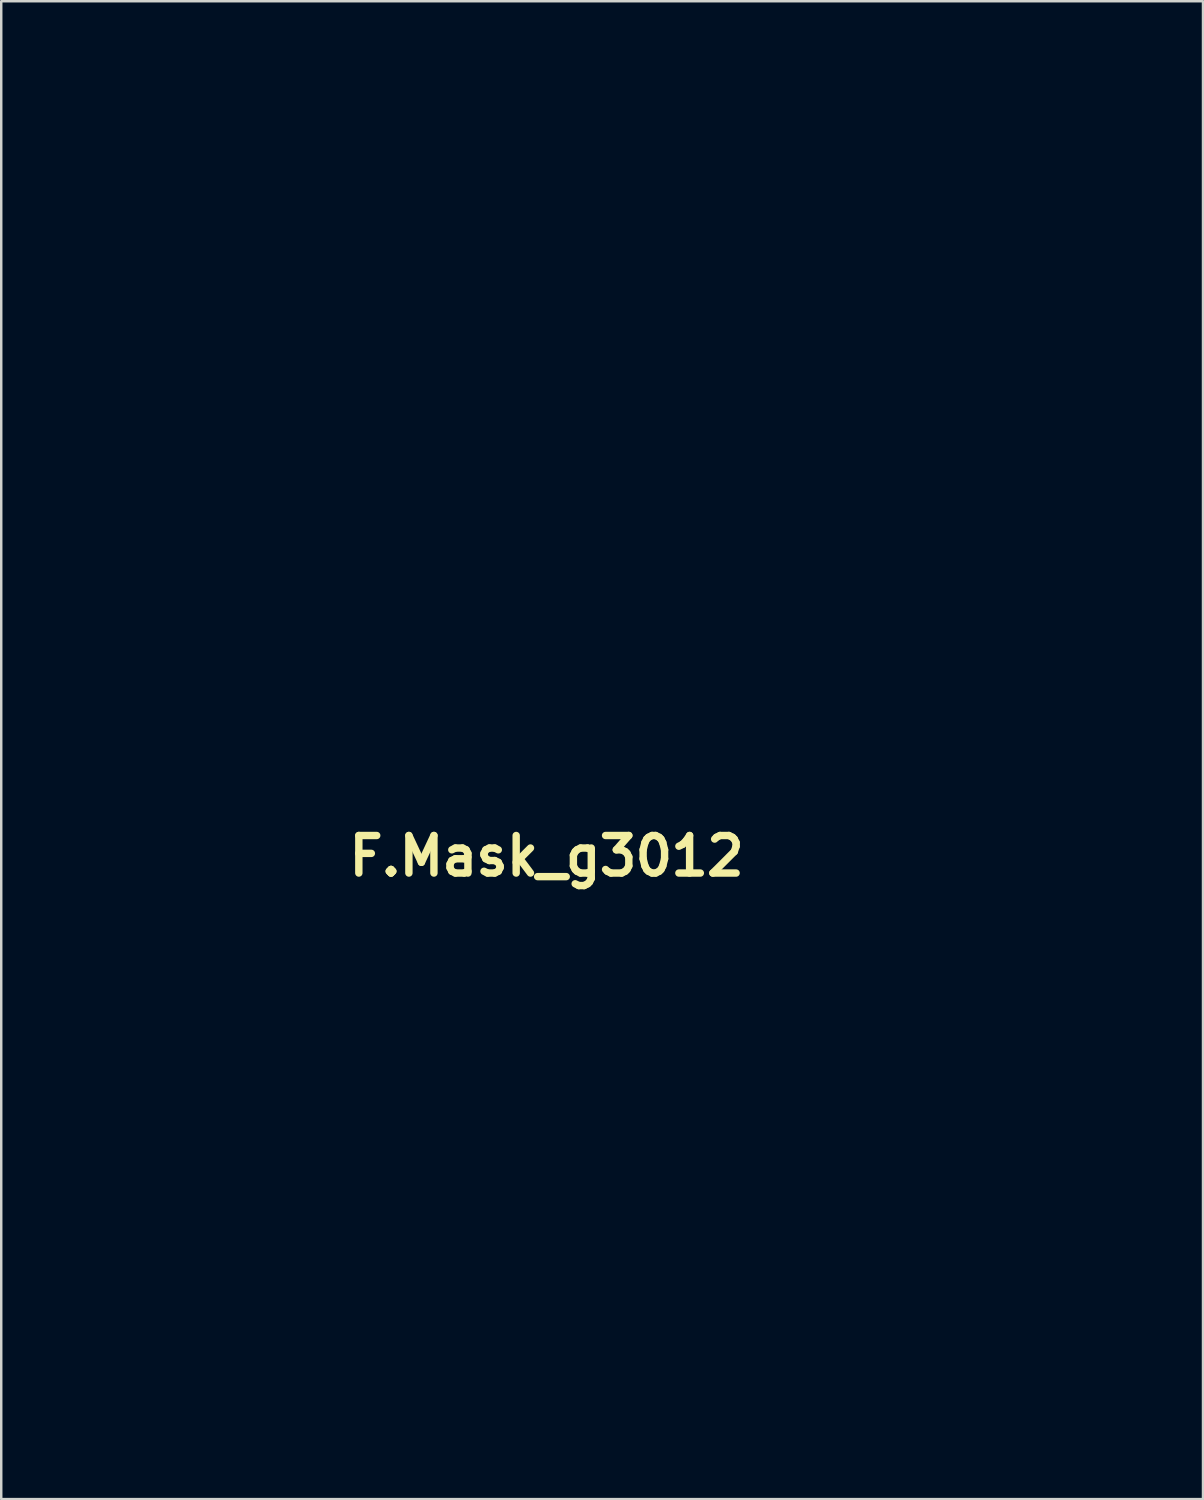
<source format=kicad_pcb>
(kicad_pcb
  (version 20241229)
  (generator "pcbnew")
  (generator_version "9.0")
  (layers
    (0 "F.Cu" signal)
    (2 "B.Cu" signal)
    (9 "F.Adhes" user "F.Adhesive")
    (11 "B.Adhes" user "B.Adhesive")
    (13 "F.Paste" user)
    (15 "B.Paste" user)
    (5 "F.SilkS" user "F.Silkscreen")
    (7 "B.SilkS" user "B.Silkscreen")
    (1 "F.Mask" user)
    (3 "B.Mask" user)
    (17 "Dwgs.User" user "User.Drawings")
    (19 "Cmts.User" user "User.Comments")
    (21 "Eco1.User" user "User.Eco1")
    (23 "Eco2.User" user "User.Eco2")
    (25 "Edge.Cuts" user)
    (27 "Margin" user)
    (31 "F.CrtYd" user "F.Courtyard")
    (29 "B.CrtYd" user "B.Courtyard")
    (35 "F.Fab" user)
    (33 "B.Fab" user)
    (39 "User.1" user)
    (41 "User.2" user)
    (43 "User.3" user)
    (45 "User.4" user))
  (footprint "F.Mask_g3012"
    (layer "F.Cu")
    (at 19.135 31.697)
    (property "Reference" "F.Mask_g3012" (at 0 0 0) (layer "F.SilkS") (effects (font (size 1.524 1.524) (thickness 0.3))))
    (attr through_hole)
    (fp_poly (pts (xy 17.777 -13.764) (xy 17.814 -13.548) (xy 17.858 -13.245) (xy 17.874 -13.127) (xy 17.916 -12.226) (xy 17.813 -11.296) (xy 17.574 -10.38) (xy 17.21 -9.517) (xy 16.903 -8.993) (xy 16.276 -8.197) (xy 15.544 -7.523) (xy 14.722 -6.978) (xy 13.83 -6.57) (xy 12.884 -6.306) (xy 11.902 -6.194) (xy 10.903 -6.243) (xy 10.688 -6.275) (xy 9.719 -6.521) (xy 8.806 -6.924) (xy 7.966 -7.475) (xy 7.518 -7.86) (xy 7.173 -8.207) (xy 6.864 -8.556) (xy 6.609 -8.885) (xy 6.425 -9.169) (xy 6.33 -9.384) (xy 6.339 -9.505) (xy 6.429 -9.548) (xy 6.66 -9.643) (xy 7.019 -9.786) (xy 7.489 -9.971) (xy 8.055 -10.191) (xy 8.702 -10.442) (xy 9.415 -10.716) (xy 10.178 -11.009) (xy 10.977 -11.315) (xy 11.795 -11.627) (xy 12.618 -11.941) (xy 13.431 -12.249) (xy 14.217 -12.547) (xy 14.963 -12.828) (xy 15.652 -13.087) (xy 16.269 -13.318) (xy 16.8 -13.515) (xy 17.228 -13.672) (xy 17.539 -13.784) (xy 17.718 -13.844) (xy 17.756 -13.853) (xy 17.777 -13.764)) (stroke (width 0.01) (type solid)) (fill yes) (layer "F.Mask"))
    (fp_poly (pts (xy 12.875 -18.488) (xy 13.8 -18.233) (xy 14.692 -17.831) (xy 15.532 -17.28) (xy 15.883 -16.989) (xy 16.136 -16.741) (xy 16.404 -16.441) (xy 16.66 -16.125) (xy 16.879 -15.825) (xy 17.035 -15.575) (xy 17.102 -15.409) (xy 17.103 -15.397) (xy 17.023 -15.34) (xy 16.785 -15.226) (xy 16.39 -15.055) (xy 15.838 -14.828) (xy 15.131 -14.544) (xy 14.268 -14.204) (xy 13.251 -13.808) (xy 12.081 -13.357) (xy 11.522 -13.143) (xy 10.594 -12.788) (xy 9.711 -12.452) (xy 8.886 -12.14) (xy 8.131 -11.855) (xy 7.459 -11.603) (xy 6.884 -11.389) (xy 6.418 -11.218) (xy 6.075 -11.094) (xy 5.867 -11.023) (xy 5.809 -11.007) (xy 5.692 -11.079) (xy 5.611 -11.239) (xy 5.568 -11.511) (xy 5.546 -11.903) (xy 5.546 -12.369) (xy 5.564 -12.862) (xy 5.6 -13.335) (xy 5.652 -13.741) (xy 5.699 -13.97) (xy 5.99 -14.801) (xy 6.399 -15.604) (xy 6.849 -16.256) (xy 7.544 -16.996) (xy 8.322 -17.597) (xy 9.166 -18.059) (xy 10.061 -18.381) (xy 10.988 -18.561) (xy 11.932 -18.597) (xy 12.875 -18.488)) (stroke (width 0.01) (type solid)) (fill yes) (layer "F.Mask"))
    (fp_poly (pts (xy -6.785 -19.003) (xy -5.882 -18.755) (xy -5.025 -18.375) (xy -4.231 -17.869) (xy -3.518 -17.24) (xy -2.901 -16.494) (xy -2.454 -15.746) (xy -2.154 -15.067) (xy -1.958 -14.407) (xy -1.852 -13.705) (xy -1.823 -12.996) (xy -1.829 -12.437) (xy -1.851 -12.029) (xy -1.893 -11.753) (xy -1.959 -11.591) (xy -2.052 -11.526) (xy -2.097 -11.522) (xy -2.199 -11.553) (xy -2.446 -11.64) (xy -2.824 -11.779) (xy -3.321 -11.963) (xy -3.922 -12.188) (xy -4.616 -12.45) (xy -5.389 -12.743) (xy -6.227 -13.062) (xy -7.118 -13.403) (xy -7.691 -13.623) (xy -8.608 -13.976) (xy -9.48 -14.313) (xy -10.295 -14.628) (xy -11.039 -14.917) (xy -11.699 -15.175) (xy -12.262 -15.395) (xy -12.714 -15.574) (xy -13.043 -15.706) (xy -13.235 -15.786) (xy -13.279 -15.807) (xy -13.36 -15.878) (xy -13.364 -15.973) (xy -13.288 -16.146) (xy -13.251 -16.217) (xy -13.05 -16.522) (xy -12.748 -16.887) (xy -12.382 -17.274) (xy -11.99 -17.645) (xy -11.609 -17.962) (xy -11.393 -18.115) (xy -10.516 -18.591) (xy -9.6 -18.914) (xy -8.661 -19.087) (xy -7.717 -19.115) (xy -6.785 -19.003)) (stroke (width 0.01) (type solid)) (fill yes) (layer "F.Mask"))
    (fp_poly (pts (xy -13.94 -14.345) (xy -13.716 -14.266) (xy -13.364 -14.138) (xy -12.9 -13.967) (xy -12.338 -13.759) (xy -11.694 -13.519) (xy -10.984 -13.253) (xy -10.222 -12.967) (xy -9.424 -12.667) (xy -8.604 -12.358) (xy -7.78 -12.047) (xy -6.964 -11.738) (xy -6.173 -11.438) (xy -5.423 -11.153) (xy -4.727 -10.887) (xy -4.102 -10.648) (xy -3.563 -10.441) (xy -3.125 -10.271) (xy -2.803 -10.144) (xy -2.612 -10.066) (xy -2.565 -10.043) (xy -2.564 -9.93) (xy -2.665 -9.725) (xy -2.849 -9.452) (xy -3.094 -9.136) (xy -3.382 -8.802) (xy -3.691 -8.474) (xy -4.001 -8.177) (xy -4.293 -7.935) (xy -4.313 -7.92) (xy -5.076 -7.453) (xy -5.93 -7.093) (xy -6.835 -6.849) (xy -7.75 -6.733) (xy -8.637 -6.753) (xy -8.844 -6.779) (xy -9.859 -7.015) (xy -10.793 -7.394) (xy -11.636 -7.905) (xy -12.379 -8.538) (xy -13.01 -9.281) (xy -13.521 -10.124) (xy -13.899 -11.055) (xy -14.136 -12.064) (xy -14.184 -12.446) (xy -14.195 -12.708) (xy -14.188 -13.046) (xy -14.166 -13.418) (xy -14.134 -13.779) (xy -14.095 -14.088) (xy -14.052 -14.301) (xy -14.022 -14.37) (xy -13.94 -14.345)) (stroke (width 0.01) (type solid)) (fill yes) (layer "F.Mask"))
    (fp_poly (pts (xy -1.208 -5.3) (xy -1.203 -5.186) (xy -1.284 -4.979) (xy -1.428 -4.717) (xy -1.614 -4.437) (xy -1.817 -4.177) (xy -2.004 -3.984) (xy -2.291 -3.779) (xy -2.724 -3.536) (xy -3.288 -3.263) (xy -3.579 -3.133) (xy -4.472 -2.726) (xy -5.208 -2.347) (xy -5.796 -1.988) (xy -6.245 -1.643) (xy -6.564 -1.302) (xy -6.761 -0.959) (xy -6.845 -0.604) (xy -6.825 -0.231) (xy -6.822 -0.218) (xy -6.703 0.104) (xy -6.498 0.364) (xy -6.238 0.55) (xy -5.957 0.652) (xy -5.686 0.656) (xy -5.458 0.553) (xy -5.307 0.335) (xy -5.19 0.148) (xy -5.061 0.085) (xy -4.959 0.123) (xy -4.916 0.264) (xy -4.911 0.409) (xy -4.969 0.738) (xy -5.151 0.968) (xy -5.465 1.106) (xy -5.866 1.157) (xy -6.191 1.157) (xy -6.483 1.133) (xy -6.634 1.103) (xy -6.932 0.959) (xy -7.146 0.726) (xy -7.304 0.369) (xy -7.336 0.267) (xy -7.433 -0.357) (xy -7.363 -0.972) (xy -7.142 -1.532) (xy -6.93 -1.853) (xy -6.646 -2.156) (xy -6.274 -2.451) (xy -5.796 -2.75) (xy -5.194 -3.065) (xy -4.452 -3.407) (xy -4.149 -3.539) (xy -3.539 -3.804) (xy -3.059 -4.024) (xy -2.682 -4.216) (xy -2.379 -4.394) (xy -2.123 -4.576) (xy -1.885 -4.776) (xy -1.761 -4.892) (xy -1.526 -5.102) (xy -1.335 -5.248) (xy -1.222 -5.304) (xy -1.208 -5.3)) (stroke (width 0.01) (type solid)) (fill yes) (layer "F.Mask"))
    (fp_poly (pts (xy 4.578 -4.925) (xy 4.777 -4.725) (xy 4.981 -4.509) (xy 5.183 -4.327) (xy 5.409 -4.16) (xy 5.689 -3.994) (xy 6.049 -3.811) (xy 6.516 -3.595) (xy 6.986 -3.386) (xy 7.781 -3.029) (xy 8.433 -2.715) (xy 8.959 -2.432) (xy 9.378 -2.168) (xy 9.707 -1.912) (xy 9.963 -1.651) (xy 10.163 -1.374) (xy 10.294 -1.137) (xy 10.415 -0.861) (xy 10.478 -0.621) (xy 10.494 -0.341) (xy 10.484 -0.065) (xy 10.417 0.481) (xy 10.276 0.885) (xy 10.045 1.164) (xy 9.709 1.335) (xy 9.254 1.414) (xy 9.162 1.42) (xy 8.812 1.425) (xy 8.568 1.39) (xy 8.369 1.306) (xy 8.323 1.279) (xy 8.139 1.106) (xy 8.016 0.885) (xy 7.962 0.656) (xy 7.984 0.465) (xy 8.089 0.352) (xy 8.165 0.339) (xy 8.272 0.409) (xy 8.377 0.58) (xy 8.381 0.591) (xy 8.547 0.806) (xy 8.793 0.903) (xy 9.081 0.889) (xy 9.374 0.767) (xy 9.635 0.543) (xy 9.74 0.398) (xy 9.869 0.051) (xy 9.9 -0.353) (xy 9.829 -0.732) (xy 9.784 -0.836) (xy 9.569 -1.152) (xy 9.245 -1.467) (xy 8.8 -1.789) (xy 8.222 -2.128) (xy 7.498 -2.49) (xy 6.926 -2.751) (xy 6.298 -3.032) (xy 5.804 -3.268) (xy 5.422 -3.476) (xy 5.128 -3.673) (xy 4.901 -3.877) (xy 4.715 -4.104) (xy 4.549 -4.371) (xy 4.413 -4.631) (xy 4.307 -4.894) (xy 4.307 -5.033) (xy 4.401 -5.044) (xy 4.578 -4.925)) (stroke (width 0.01) (type solid)) (fill yes) (layer "F.Mask"))
    (fp_poly (pts (xy -13.635 -31.689) (xy -13.267 -31.674) (xy -12.944 -31.639) (xy -12.646 -31.573) (xy -12.351 -31.466) (xy -12.04 -31.306) (xy -11.691 -31.082) (xy -11.286 -30.783) (xy -10.802 -30.398) (xy -10.22 -29.915) (xy -9.963 -29.699) (xy -9.308 -29.157) (xy -8.75 -28.719) (xy -8.265 -28.368) (xy -7.831 -28.09) (xy -7.424 -27.867) (xy -7.021 -27.686) (xy -6.955 -27.659) (xy -6.364 -27.464) (xy -5.862 -27.391) (xy -5.422 -27.439) (xy -5.013 -27.608) (xy -4.948 -27.646) (xy -4.516 -27.99) (xy -4.224 -28.392) (xy -4.099 -28.753) (xy -4.078 -29.099) (xy -4.166 -29.421) (xy -4.339 -29.723) (xy -4.477 -29.898) (xy -4.627 -29.994) (xy -4.855 -30.042) (xy -4.992 -30.057) (xy -5.251 -30.098) (xy -5.432 -30.158) (xy -5.482 -30.202) (xy -5.44 -30.317) (xy -5.282 -30.445) (xy -5.054 -30.559) (xy -4.806 -30.634) (xy -4.662 -30.649) (xy -4.299 -30.57) (xy -3.966 -30.354) (xy -3.678 -30.032) (xy -3.449 -29.635) (xy -3.293 -29.195) (xy -3.225 -28.742) (xy -3.259 -28.308) (xy -3.408 -27.925) (xy -3.724 -27.538) (xy -4.17 -27.176) (xy -4.709 -26.869) (xy -4.725 -26.862) (xy -5.149 -26.722) (xy -5.664 -26.635) (xy -6.199 -26.609) (xy -6.683 -26.648) (xy -6.813 -26.676) (xy -7.203 -26.802) (xy -7.632 -27.001) (xy -8.114 -27.28) (xy -8.663 -27.649) (xy -9.291 -28.117) (xy -10.013 -28.692) (xy -10.583 -29.165) (xy -11.185 -29.668) (xy -11.68 -30.072) (xy -12.087 -30.391) (xy -12.426 -30.638) (xy -12.717 -30.827) (xy -12.98 -30.971) (xy -13.235 -31.084) (xy -13.501 -31.179) (xy -13.578 -31.204) (xy -14.044 -31.359) (xy -14.344 -31.482) (xy -14.477 -31.576) (xy -14.445 -31.641) (xy -14.248 -31.68) (xy -13.885 -31.692) (xy -13.635 -31.689)) (stroke (width 0.01) (type solid)) (fill yes) (layer "F.Mask"))
    (fp_poly (pts (xy 18.727 -31.305) (xy 18.786 -31.263) (xy 18.796 -31.215) (xy 18.738 -31.125) (xy 18.554 -31.024) (xy 18.225 -30.905) (xy 18.075 -30.858) (xy 17.69 -30.724) (xy 17.313 -30.554) (xy 16.922 -30.332) (xy 16.494 -30.045) (xy 16.007 -29.678) (xy 15.439 -29.215) (xy 14.986 -28.832) (xy 14.137 -28.122) (xy 13.385 -27.534) (xy 12.716 -27.06) (xy 12.115 -26.695) (xy 11.567 -26.431) (xy 11.06 -26.262) (xy 10.578 -26.182) (xy 10.107 -26.183) (xy 9.633 -26.26) (xy 9.502 -26.293) (xy 9.089 -26.422) (xy 8.759 -26.577) (xy 8.441 -26.797) (xy 8.189 -27.01) (xy 7.86 -27.329) (xy 7.659 -27.617) (xy 7.564 -27.92) (xy 7.553 -28.288) (xy 7.563 -28.419) (xy 7.691 -29.036) (xy 7.956 -29.566) (xy 8.258 -29.927) (xy 8.469 -30.114) (xy 8.663 -30.202) (xy 8.923 -30.226) (xy 8.973 -30.226) (xy 9.296 -30.197) (xy 9.532 -30.095) (xy 9.619 -30.028) (xy 9.773 -29.852) (xy 9.767 -29.727) (xy 9.599 -29.654) (xy 9.313 -29.633) (xy 9.048 -29.62) (xy 8.878 -29.557) (xy 8.73 -29.41) (xy 8.675 -29.34) (xy 8.46 -28.934) (xy 8.403 -28.508) (xy 8.498 -28.086) (xy 8.739 -27.69) (xy 9.12 -27.344) (xy 9.176 -27.306) (xy 9.566 -27.083) (xy 9.908 -26.975) (xy 10.266 -26.971) (xy 10.673 -27.052) (xy 11.118 -27.188) (xy 11.558 -27.368) (xy 12.014 -27.606) (xy 12.505 -27.913) (xy 13.052 -28.303) (xy 13.675 -28.788) (xy 14.395 -29.382) (xy 14.436 -29.417) (xy 15.034 -29.917) (xy 15.527 -30.317) (xy 15.937 -30.629) (xy 16.286 -30.864) (xy 16.597 -31.034) (xy 16.891 -31.151) (xy 17.19 -31.226) (xy 17.516 -31.273) (xy 17.892 -31.301) (xy 17.954 -31.305) (xy 18.341 -31.323) (xy 18.589 -31.324) (xy 18.727 -31.305)) (stroke (width 0.01) (type solid)) (fill yes) (layer "F.Mask"))
    (fp_poly (pts (xy 16.472 5.965) (xy 16.396 6.17) (xy 16.273 6.447) (xy 16.229 6.538) (xy 15.903 7.348) (xy 15.691 8.241) (xy 15.613 8.851) (xy 15.598 9.09) (xy 15.599 9.336) (xy 15.621 9.61) (xy 15.667 9.935) (xy 15.741 10.331) (xy 15.846 10.82) (xy 15.986 11.424) (xy 16.166 12.163) (xy 16.225 12.404) (xy 16.478 13.582) (xy 16.626 14.653) (xy 16.664 15.644) (xy 16.591 16.582) (xy 16.405 17.494) (xy 16.102 18.406) (xy 15.682 19.345) (xy 15.599 19.508) (xy 15.196 20.158) (xy 14.671 20.805) (xy 14.068 21.404) (xy 13.43 21.91) (xy 13.037 22.157) (xy 12.333 22.505) (xy 11.602 22.779) (xy 10.877 22.973) (xy 10.189 23.081) (xy 9.567 23.095) (xy 9.044 23.01) (xy 8.999 22.996) (xy 8.323 22.691) (xy 7.749 22.252) (xy 7.284 21.687) (xy 6.977 21.1) (xy 6.858 20.784) (xy 6.785 20.499) (xy 6.749 20.18) (xy 6.736 19.762) (xy 6.736 19.727) (xy 6.739 19.33) (xy 6.761 19.042) (xy 6.813 18.804) (xy 6.908 18.555) (xy 7.001 18.352) (xy 7.392 17.715) (xy 7.93 17.149) (xy 8.621 16.649) (xy 8.688 16.608) (xy 9.375 16.275) (xy 10.046 16.094) (xy 10.687 16.062) (xy 11.283 16.174) (xy 11.82 16.43) (xy 12.284 16.824) (xy 12.66 17.355) (xy 12.705 17.441) (xy 12.857 17.897) (xy 12.915 18.433) (xy 12.878 18.988) (xy 12.748 19.504) (xy 12.69 19.643) (xy 12.37 20.172) (xy 11.959 20.562) (xy 11.449 20.821) (xy 10.829 20.954) (xy 10.631 20.97) (xy 10.269 20.983) (xy 10.021 20.969) (xy 9.831 20.92) (xy 9.644 20.826) (xy 9.618 20.811) (xy 9.267 20.515) (xy 9.054 20.132) (xy 8.983 19.68) (xy 9.058 19.177) (xy 9.174 18.859) (xy 9.445 18.398) (xy 9.787 18.088) (xy 10.206 17.925) (xy 10.274 17.913) (xy 10.722 17.915) (xy 11.086 18.056) (xy 11.347 18.324) (xy 11.491 18.704) (xy 11.515 18.969) (xy 11.438 19.273) (xy 11.236 19.524) (xy 10.954 19.68) (xy 10.69 19.711) (xy 10.454 19.664) (xy 10.307 19.536) (xy 10.232 19.405) (xy 10.092 19.125) (xy 9.957 19.318) (xy 9.859 19.543) (xy 9.821 19.791) (xy 9.851 20.003) (xy 9.97 20.122) (xy 10.052 20.158) (xy 10.352 20.207) (xy 10.723 20.18) (xy 11.093 20.087) (xy 11.33 19.978) (xy 11.667 19.68) (xy 11.9 19.283) (xy 12.017 18.829) (xy 12.01 18.358) (xy 11.868 17.912) (xy 11.84 17.86) (xy 11.597 17.579) (xy 11.243 17.355) (xy 10.832 17.217) (xy 10.55 17.187) (xy 10.039 17.266) (xy 9.521 17.487) (xy 9.028 17.829) (xy 8.59 18.268) (xy 8.239 18.782) (xy 8.177 18.902) (xy 7.988 19.461) (xy 7.964 20.013) (xy 8.098 20.537) (xy 8.385 21.014) (xy 8.82 21.422) (xy 9.185 21.643) (xy 9.555 21.77) (xy 9.96 21.801) (xy 10.427 21.737) (xy 10.987 21.577) (xy 11.42 21.419) (xy 12.18 21.069) (xy 12.871 20.622) (xy 13.541 20.046) (xy 13.624 19.966) (xy 14.316 19.177) (xy 14.857 18.321) (xy 15.25 17.391) (xy 15.497 16.38) (xy 15.602 15.281) (xy 15.607 15.028) (xy 15.603 14.648) (xy 15.587 14.3) (xy 15.554 13.948) (xy 15.498 13.555) (xy 15.416 13.085) (xy 15.302 12.501) (xy 15.249 12.239) (xy 15.136 11.658) (xy 15.033 11.082) (xy 14.947 10.55) (xy 14.883 10.1) (xy 14.848 9.773) (xy 14.846 9.741) (xy 14.848 9.066) (xy 14.923 8.38) (xy 15.063 7.738) (xy 15.257 7.199) (xy 15.278 7.156) (xy 15.409 6.94) (xy 15.601 6.685) (xy 15.825 6.422) (xy 16.053 6.181) (xy 16.259 5.99) (xy 16.414 5.881) (xy 16.484 5.872) (xy 16.472 5.965)) (stroke (width 0.01) (type solid)) (fill yes) (layer "F.Mask"))
    (fp_poly (pts (xy 20.863 -27.192) (xy 21.469 -27.079) (xy 21.996 -26.896) (xy 22.473 -26.634) (xy 22.916 -26.296) (xy 23.267 -25.908) (xy 23.504 -25.467) (xy 23.628 -25.001) (xy 23.639 -24.539) (xy 23.535 -24.111) (xy 23.318 -23.747) (xy 22.985 -23.474) (xy 22.947 -23.454) (xy 22.569 -23.328) (xy 22.14 -23.286) (xy 21.732 -23.331) (xy 21.497 -23.414) (xy 21.25 -23.608) (xy 21.044 -23.881) (xy 20.926 -24.168) (xy 20.913 -24.278) (xy 20.937 -24.415) (xy 21.023 -24.454) (xy 21.192 -24.392) (xy 21.464 -24.225) (xy 21.561 -24.16) (xy 21.82 -23.991) (xy 21.999 -23.91) (xy 22.152 -23.9) (xy 22.283 -23.929) (xy 22.558 -24.087) (xy 22.713 -24.275) (xy 22.808 -24.474) (xy 22.823 -24.661) (xy 22.772 -24.906) (xy 22.596 -25.294) (xy 22.295 -25.604) (xy 21.861 -25.84) (xy 21.285 -26.008) (xy 20.559 -26.11) (xy 20.522 -26.113) (xy 19.895 -26.122) (xy 19.178 -26.06) (xy 18.428 -25.937) (xy 17.704 -25.764) (xy 17.063 -25.551) (xy 16.906 -25.484) (xy 16.552 -25.327) (xy 16.814 -25.321) (xy 17.17 -25.278) (xy 17.624 -25.174) (xy 18.122 -25.023) (xy 18.61 -24.841) (xy 18.977 -24.677) (xy 19.631 -24.303) (xy 20.12 -23.919) (xy 20.45 -23.517) (xy 20.625 -23.093) (xy 20.659 -22.792) (xy 20.593 -22.407) (xy 20.42 -22.029) (xy 20.172 -21.718) (xy 19.981 -21.578) (xy 19.677 -21.475) (xy 19.298 -21.426) (xy 18.917 -21.435) (xy 18.604 -21.504) (xy 18.55 -21.528) (xy 18.38 -21.649) (xy 18.214 -21.819) (xy 18.089 -21.991) (xy 18.043 -22.118) (xy 18.053 -22.146) (xy 18.155 -22.15) (xy 18.365 -22.107) (xy 18.563 -22.051) (xy 18.845 -21.972) (xy 19.033 -21.952) (xy 19.191 -21.99) (xy 19.265 -22.023) (xy 19.477 -22.18) (xy 19.657 -22.398) (xy 19.663 -22.409) (xy 19.762 -22.61) (xy 19.767 -22.774) (xy 19.699 -22.966) (xy 19.507 -23.276) (xy 19.201 -23.531) (xy 18.756 -23.75) (xy 18.661 -23.787) (xy 18.165 -23.927) (xy 17.544 -24.031) (xy 16.837 -24.097) (xy 16.084 -24.124) (xy 15.326 -24.11) (xy 14.602 -24.052) (xy 14.245 -24.002) (xy 13.595 -23.878) (xy 12.966 -23.715) (xy 12.334 -23.503) (xy 11.676 -23.232) (xy 10.97 -22.892) (xy 10.193 -22.474) (xy 9.323 -21.967) (xy 8.636 -21.549) (xy 7.717 -20.992) (xy 6.92 -20.539) (xy 6.239 -20.184) (xy 5.664 -19.923) (xy 5.188 -19.754) (xy 4.802 -19.671) (xy 4.71 -19.663) (xy 4.338 -19.663) (xy 4.049 -19.722) (xy 3.843 -19.81) (xy 3.546 -20.022) (xy 3.303 -20.343) (xy 3.26 -20.42) (xy 3.07 -20.905) (xy 3.018 -21.376) (xy 3.094 -21.81) (xy 3.287 -22.182) (xy 3.583 -22.468) (xy 3.973 -22.645) (xy 4.339 -22.691) (xy 4.62 -22.673) (xy 4.819 -22.597) (xy 5.02 -22.429) (xy 5.046 -22.403) (xy 5.238 -22.177) (xy 5.321 -21.961) (xy 5.334 -21.778) (xy 5.293 -21.491) (xy 5.184 -21.313) (xy 5.026 -21.268) (xy 4.925 -21.308) (xy 4.818 -21.468) (xy 4.81 -21.615) (xy 4.768 -21.823) (xy 4.613 -21.959) (xy 4.394 -22.01) (xy 4.155 -21.963) (xy 3.979 -21.844) (xy 3.843 -21.6) (xy 3.819 -21.296) (xy 3.906 -21) (xy 3.972 -20.901) (xy 4.121 -20.767) (xy 4.32 -20.716) (xy 4.501 -20.715) (xy 4.805 -20.745) (xy 5.104 -20.819) (xy 5.42 -20.948) (xy 5.773 -21.145) (xy 6.187 -21.423) (xy 6.682 -21.792) (xy 7.235 -22.228) (xy 8.394 -23.117) (xy 9.52 -23.89) (xy 10.65 -24.566) (xy 11.819 -25.164) (xy 13.065 -25.705) (xy 14.425 -26.207) (xy 15.189 -26.46) (xy 15.999 -26.708) (xy 16.697 -26.898) (xy 17.329 -27.037) (xy 17.94 -27.133) (xy 18.574 -27.196) (xy 19.275 -27.233) (xy 19.304 -27.234) (xy 20.151 -27.241) (xy 20.863 -27.192)) (stroke (width 0.01) (type solid)) (fill yes) (layer "F.Mask"))
    (fp_poly (pts (xy -14.475 -27.906) (xy -13.834 -27.865) (xy -13.236 -27.801) (xy -12.795 -27.73) (xy -12.026 -27.552) (xy -11.152 -27.303) (xy -10.215 -26.999) (xy -9.256 -26.653) (xy -8.317 -26.281) (xy -7.439 -25.897) (xy -6.943 -25.659) (xy -6.203 -25.281) (xy -5.56 -24.93) (xy -4.976 -24.582) (xy -4.415 -24.214) (xy -3.839 -23.8) (xy -3.213 -23.318) (xy -2.54 -22.776) (xy -1.998 -22.344) (xy -1.551 -22.014) (xy -1.171 -21.77) (xy -0.833 -21.596) (xy -0.51 -21.477) (xy -0.287 -21.419) (xy 0.127 -21.378) (xy 0.433 -21.467) (xy 0.632 -21.686) (xy 0.672 -21.78) (xy 0.75 -22.078) (xy 0.729 -22.29) (xy 0.6 -22.473) (xy 0.566 -22.507) (xy 0.318 -22.654) (xy 0.066 -22.668) (xy -0.147 -22.565) (xy -0.276 -22.36) (xy -0.296 -22.212) (xy -0.346 -22.012) (xy -0.468 -21.946) (xy -0.627 -22.02) (xy -0.727 -22.139) (xy -0.814 -22.311) (xy -0.822 -22.486) (xy -0.77 -22.699) (xy -0.589 -23.037) (xy -0.288 -23.26) (xy 0.127 -23.361) (xy 0.28 -23.368) (xy 0.524 -23.355) (xy 0.709 -23.295) (xy 0.9 -23.161) (xy 1.074 -23.002) (xy 1.297 -22.775) (xy 1.422 -22.586) (xy 1.482 -22.371) (xy 1.502 -22.208) (xy 1.486 -21.711) (xy 1.353 -21.242) (xy 1.122 -20.839) (xy 0.813 -20.54) (xy 0.627 -20.438) (xy 0.218 -20.327) (xy -0.229 -20.328) (xy -0.739 -20.444) (xy -1.341 -20.68) (xy -1.355 -20.686) (xy -1.627 -20.813) (xy -1.897 -20.947) (xy -2.187 -21.099) (xy -2.516 -21.281) (xy -2.903 -21.505) (xy -3.368 -21.781) (xy -3.932 -22.121) (xy -4.614 -22.536) (xy -4.827 -22.666) (xy -5.845 -23.26) (xy -6.775 -23.74) (xy -7.644 -24.12) (xy -8.48 -24.409) (xy -9.31 -24.621) (xy -9.44 -24.648) (xy -9.795 -24.696) (xy -10.273 -24.731) (xy -10.832 -24.753) (xy -11.434 -24.76) (xy -12.036 -24.755) (xy -12.599 -24.735) (xy -13.083 -24.702) (xy -13.447 -24.656) (xy -13.504 -24.644) (xy -14.023 -24.492) (xy -14.481 -24.283) (xy -14.851 -24.034) (xy -15.111 -23.764) (xy -15.233 -23.491) (xy -15.24 -23.415) (xy -15.171 -23.174) (xy -14.998 -22.925) (xy -14.769 -22.732) (xy -14.67 -22.683) (xy -14.408 -22.654) (xy -14.043 -22.712) (xy -13.661 -22.834) (xy -13.568 -22.832) (xy -13.558 -22.701) (xy -13.56 -22.684) (xy -13.672 -22.454) (xy -13.909 -22.274) (xy -14.233 -22.15) (xy -14.605 -22.092) (xy -14.986 -22.106) (xy -15.338 -22.202) (xy -15.503 -22.29) (xy -15.826 -22.604) (xy -16.024 -23.02) (xy -16.087 -23.478) (xy -16.051 -23.851) (xy -15.926 -24.169) (xy -15.689 -24.478) (xy -15.436 -24.719) (xy -15.023 -25.02) (xy -14.498 -25.313) (xy -13.91 -25.576) (xy -13.307 -25.79) (xy -12.738 -25.937) (xy -12.25 -25.997) (xy -12.242 -25.997) (xy -12.106 -26.005) (xy -12.088 -26.031) (xy -12.204 -26.092) (xy -12.404 -26.175) (xy -13.459 -26.524) (xy -14.553 -26.718) (xy -15.494 -26.765) (xy -16.298 -26.733) (xy -16.952 -26.637) (xy -17.464 -26.473) (xy -17.845 -26.236) (xy -18.102 -25.923) (xy -18.244 -25.529) (xy -18.262 -25.418) (xy -18.277 -25.18) (xy -18.22 -25.009) (xy -18.063 -24.824) (xy -18.041 -24.802) (xy -17.795 -24.621) (xy -17.539 -24.579) (xy -17.247 -24.68) (xy -16.923 -24.9) (xy -16.656 -25.08) (xy -16.485 -25.121) (xy -16.41 -25.023) (xy -16.43 -24.785) (xy -16.444 -24.726) (xy -16.581 -24.396) (xy -16.81 -24.174) (xy -17.15 -24.047) (xy -17.623 -24.003) (xy -17.668 -24.003) (xy -18.115 -24.033) (xy -18.445 -24.138) (xy -18.702 -24.342) (xy -18.931 -24.668) (xy -18.943 -24.688) (xy -19.114 -25.142) (xy -19.13 -25.61) (xy -19.004 -26.077) (xy -18.747 -26.525) (xy -18.371 -26.939) (xy -17.888 -27.303) (xy -17.31 -27.601) (xy -16.649 -27.816) (xy -16.628 -27.82) (xy -16.236 -27.881) (xy -15.718 -27.915) (xy -15.117 -27.923) (xy -14.475 -27.906)) (stroke (width 0.01) (type solid)) (fill yes) (layer "F.Mask"))
    (fp_poly (pts (xy -13.892 5.139) (xy -13.661 5.345) (xy -13.236 5.823) (xy -12.918 6.329) (xy -12.699 6.892) (xy -12.566 7.543) (xy -12.511 8.313) (xy -12.507 8.594) (xy -12.513 8.963) (xy -12.536 9.323) (xy -12.579 9.708) (xy -12.648 10.154) (xy -12.747 10.697) (xy -12.867 11.303) (xy -12.98 11.888) (xy -13.082 12.471) (xy -13.169 13.012) (xy -13.232 13.472) (xy -13.267 13.811) (xy -13.269 13.843) (xy -13.253 14.737) (xy -13.12 15.669) (xy -12.881 16.568) (xy -12.785 16.832) (xy -12.346 17.74) (xy -11.771 18.568) (xy -11.077 19.301) (xy -10.284 19.923) (xy -9.409 20.418) (xy -8.472 20.77) (xy -8.044 20.876) (xy -7.507 20.941) (xy -7.051 20.881) (xy -6.636 20.684) (xy -6.222 20.337) (xy -6.186 20.301) (xy -5.864 19.919) (xy -5.676 19.544) (xy -5.596 19.12) (xy -5.588 18.915) (xy -5.643 18.579) (xy -5.794 18.171) (xy -6.016 17.741) (xy -6.287 17.339) (xy -6.381 17.224) (xy -6.804 16.835) (xy -7.299 16.555) (xy -7.829 16.393) (xy -8.359 16.361) (xy -8.853 16.468) (xy -8.915 16.494) (xy -9.293 16.744) (xy -9.552 17.088) (xy -9.688 17.496) (xy -9.698 17.936) (xy -9.577 18.377) (xy -9.32 18.789) (xy -9.247 18.871) (xy -8.996 19.093) (xy -8.726 19.227) (xy -8.448 19.3) (xy -8.022 19.344) (xy -7.71 19.286) (xy -7.521 19.134) (xy -7.466 18.898) (xy -7.555 18.586) (xy -7.575 18.548) (xy -7.706 18.35) (xy -7.809 18.298) (xy -7.867 18.396) (xy -7.874 18.489) (xy -7.938 18.725) (xy -8.126 18.848) (xy -8.427 18.854) (xy -8.437 18.853) (xy -8.789 18.724) (xy -9.028 18.489) (xy -9.144 18.176) (xy -9.124 17.815) (xy -8.974 17.46) (xy -8.742 17.197) (xy -8.432 17.065) (xy -8.022 17.053) (xy -7.932 17.064) (xy -7.488 17.201) (xy -7.13 17.48) (xy -6.853 17.905) (xy -6.77 18.103) (xy -6.642 18.628) (xy -6.66 19.105) (xy -6.812 19.514) (xy -7.085 19.838) (xy -7.469 20.055) (xy -7.95 20.149) (xy -8.04 20.151) (xy -8.719 20.079) (xy -9.308 19.869) (xy -9.799 19.524) (xy -10.184 19.05) (xy -10.41 18.584) (xy -10.547 18.01) (xy -10.552 17.412) (xy -10.436 16.828) (xy -10.206 16.296) (xy -9.872 15.856) (xy -9.752 15.747) (xy -9.47 15.568) (xy -9.09 15.395) (xy -8.68 15.254) (xy -8.306 15.169) (xy -8.137 15.155) (xy -7.739 15.204) (xy -7.261 15.336) (xy -6.759 15.534) (xy -6.308 15.768) (xy -5.605 16.269) (xy -5.047 16.853) (xy -4.641 17.503) (xy -4.498 17.812) (xy -4.414 18.066) (xy -4.373 18.334) (xy -4.361 18.684) (xy -4.36 18.794) (xy -4.403 19.485) (xy -4.541 20.069) (xy -4.795 20.591) (xy -5.179 21.095) (xy -5.374 21.301) (xy -5.789 21.683) (xy -6.175 21.944) (xy -6.588 22.109) (xy -7.079 22.201) (xy -7.451 22.232) (xy -8.04 22.227) (xy -8.601 22.128) (xy -8.679 22.108) (xy -9.627 21.802) (xy -10.452 21.426) (xy -11.192 20.957) (xy -11.887 20.373) (xy -12.069 20.197) (xy -12.672 19.521) (xy -13.172 18.795) (xy -13.585 17.987) (xy -13.929 17.063) (xy -14.08 16.552) (xy -14.152 16.268) (xy -14.203 15.995) (xy -14.235 15.697) (xy -14.254 15.333) (xy -14.261 14.867) (xy -14.26 14.436) (xy -14.257 13.925) (xy -14.248 13.525) (xy -14.228 13.193) (xy -14.191 12.886) (xy -14.131 12.561) (xy -14.042 12.173) (xy -13.918 11.68) (xy -13.865 11.472) (xy -13.672 10.71) (xy -13.521 10.086) (xy -13.408 9.577) (xy -13.329 9.158) (xy -13.28 8.805) (xy -13.259 8.494) (xy -13.26 8.201) (xy -13.281 7.901) (xy -13.298 7.739) (xy -13.426 6.947) (xy -13.633 6.25) (xy -13.936 5.582) (xy -13.96 5.537) (xy -14.1 5.24) (xy -14.133 5.073) (xy -14.062 5.038) (xy -13.892 5.139)) (stroke (width 0.01) (type solid)) (fill yes) (layer "F.Mask")))
  (gr_rect
    (start -3 -3)
    (end 45.779 57.797)
    (stroke (width 0.1) (type default))
    (fill no)
    (layer "Edge.Cuts")))
</source>
